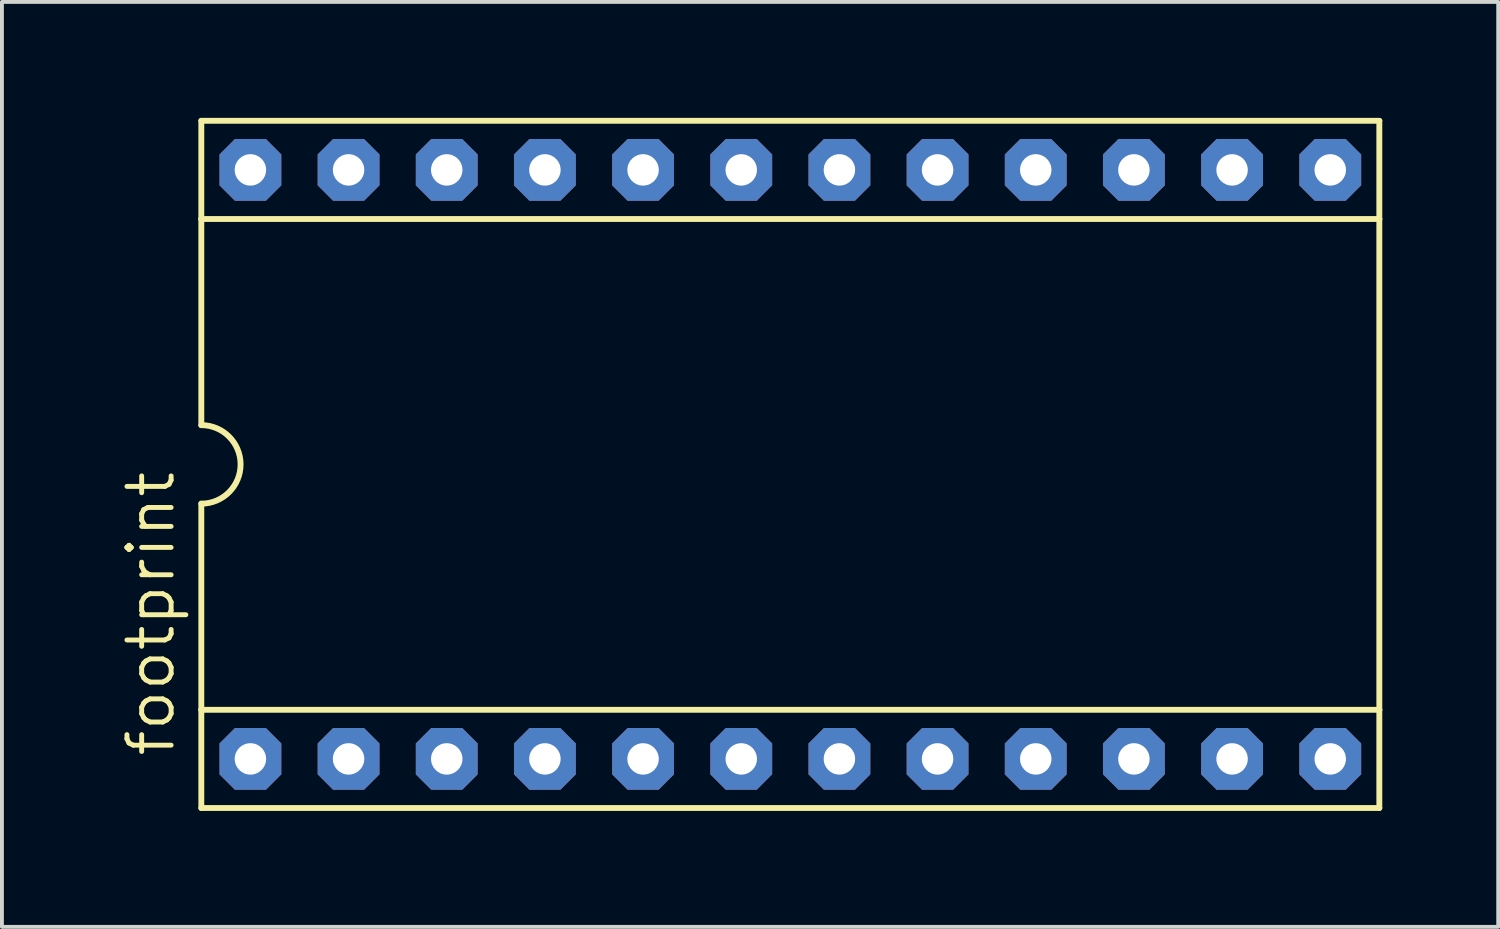
<source format=kicad_pcb>
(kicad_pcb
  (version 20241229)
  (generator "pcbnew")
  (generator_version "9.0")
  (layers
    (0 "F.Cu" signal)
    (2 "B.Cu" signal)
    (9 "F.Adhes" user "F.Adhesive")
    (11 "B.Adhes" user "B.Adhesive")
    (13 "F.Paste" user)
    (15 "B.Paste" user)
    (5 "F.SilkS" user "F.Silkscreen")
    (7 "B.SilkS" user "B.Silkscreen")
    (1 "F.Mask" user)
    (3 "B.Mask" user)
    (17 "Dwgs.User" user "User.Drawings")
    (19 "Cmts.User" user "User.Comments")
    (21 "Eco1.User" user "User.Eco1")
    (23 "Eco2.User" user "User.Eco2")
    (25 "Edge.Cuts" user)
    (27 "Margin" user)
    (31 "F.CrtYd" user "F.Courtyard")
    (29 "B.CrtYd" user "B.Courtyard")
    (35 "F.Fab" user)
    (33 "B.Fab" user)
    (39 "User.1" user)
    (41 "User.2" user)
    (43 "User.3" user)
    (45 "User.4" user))
  (footprint "footprint"
    (layer "F.Cu")
    (at 17.399 8.966)
    (property "Reference" "footprint" (at -15.875 7.62 90) (layer "F.SilkS") (effects (font (size 1.143 1.143) (thickness 0.127)) (justify left bottom)))
    (fp_line (start -15.24 -8.89) (end -15.24 -6.35) (stroke (width 0.152) (type solid)) (layer "F.SilkS"))
    (fp_line (start -15.24 -6.35) (end -15.24 -1.016) (stroke (width 0.152) (type solid)) (layer "F.SilkS"))
    (fp_line (start -15.24 6.35) (end -15.24 1.016) (stroke (width 0.152) (type solid)) (layer "F.SilkS"))
    (fp_line (start -15.24 6.35) (end 15.24 6.35) (stroke (width 0.152) (type solid)) (layer "F.SilkS"))
    (fp_line (start -15.24 8.89) (end -15.24 6.35) (stroke (width 0.152) (type solid)) (layer "F.SilkS"))
    (fp_line (start -15.24 8.89) (end 15.24 8.89) (stroke (width 0.152) (type solid)) (layer "F.SilkS"))
    (fp_line (start 15.24 -8.89) (end -15.24 -8.89) (stroke (width 0.152) (type solid)) (layer "F.SilkS"))
    (fp_line (start 15.24 -8.89) (end 15.24 -6.35) (stroke (width 0.152) (type solid)) (layer "F.SilkS"))
    (fp_line (start 15.24 -6.35) (end -15.24 -6.35) (stroke (width 0.152) (type solid)) (layer "F.SilkS"))
    (fp_line (start 15.24 -6.35) (end 15.24 6.35) (stroke (width 0.152) (type solid)) (layer "F.SilkS"))
    (fp_line (start 15.24 6.35) (end 15.24 8.89) (stroke (width 0.152) (type solid)) (layer "F.SilkS"))
    (fp_arc (start -15.24 -1.016) (mid -14.224 0) (end -15.24 1.016) (stroke (width 0.1524) (type solid)) (layer "F.SilkS"))
    (pad "1" thru_hole roundrect (at -13.97 7.62) (size 1.6 1.6) (drill 0.813) (layers "*.Cu" "*.Mask") (roundrect_rratio 0.25) (chamfer_ratio 0.25) (chamfer top_left top_right bottom_left bottom_right))
    (pad "2" thru_hole roundrect (at -11.43 7.62) (size 1.6 1.6) (drill 0.813) (layers "*.Cu" "*.Mask") (roundrect_rratio 0.25) (chamfer_ratio 0.25) (chamfer top_left top_right bottom_left bottom_right))
    (pad "3" thru_hole roundrect (at -8.89 7.62) (size 1.6 1.6) (drill 0.813) (layers "*.Cu" "*.Mask") (roundrect_rratio 0.25) (chamfer_ratio 0.25) (chamfer top_left top_right bottom_left bottom_right))
    (pad "4" thru_hole roundrect (at -6.35 7.62) (size 1.6 1.6) (drill 0.813) (layers "*.Cu" "*.Mask") (roundrect_rratio 0.25) (chamfer_ratio 0.25) (chamfer top_left top_right bottom_left bottom_right))
    (pad "5" thru_hole roundrect (at -3.81 7.62) (size 1.6 1.6) (drill 0.813) (layers "*.Cu" "*.Mask") (roundrect_rratio 0.25) (chamfer_ratio 0.25) (chamfer top_left top_right bottom_left bottom_right))
    (pad "6" thru_hole roundrect (at -1.27 7.62) (size 1.6 1.6) (drill 0.813) (layers "*.Cu" "*.Mask") (roundrect_rratio 0.25) (chamfer_ratio 0.25) (chamfer top_left top_right bottom_left bottom_right))
    (pad "7" thru_hole roundrect (at 1.27 7.62) (size 1.6 1.6) (drill 0.813) (layers "*.Cu" "*.Mask") (roundrect_rratio 0.25) (chamfer_ratio 0.25) (chamfer top_left top_right bottom_left bottom_right))
    (pad "8" thru_hole roundrect (at 3.81 7.62) (size 1.6 1.6) (drill 0.813) (layers "*.Cu" "*.Mask") (roundrect_rratio 0.25) (chamfer_ratio 0.25) (chamfer top_left top_right bottom_left bottom_right))
    (pad "9" thru_hole roundrect (at 6.35 7.62) (size 1.6 1.6) (drill 0.813) (layers "*.Cu" "*.Mask") (roundrect_rratio 0.25) (chamfer_ratio 0.25) (chamfer top_left top_right bottom_left bottom_right))
    (pad "10" thru_hole roundrect (at 8.89 7.62) (size 1.6 1.6) (drill 0.813) (layers "*.Cu" "*.Mask") (roundrect_rratio 0.25) (chamfer_ratio 0.25) (chamfer top_left top_right bottom_left bottom_right))
    (pad "11" thru_hole roundrect (at 11.43 7.62) (size 1.6 1.6) (drill 0.813) (layers "*.Cu" "*.Mask") (roundrect_rratio 0.25) (chamfer_ratio 0.25) (chamfer top_left top_right bottom_left bottom_right))
    (pad "12" thru_hole roundrect (at 13.97 7.62) (size 1.6 1.6) (drill 0.813) (layers "*.Cu" "*.Mask") (roundrect_rratio 0.25) (chamfer_ratio 0.25) (chamfer top_left top_right bottom_left bottom_right))
    (pad "13" thru_hole roundrect (at 13.97 -7.62) (size 1.6 1.6) (drill 0.813) (layers "*.Cu" "*.Mask") (roundrect_rratio 0.25) (chamfer_ratio 0.25) (chamfer top_left top_right bottom_left bottom_right))
    (pad "14" thru_hole roundrect (at 11.43 -7.62) (size 1.6 1.6) (drill 0.813) (layers "*.Cu" "*.Mask") (roundrect_rratio 0.25) (chamfer_ratio 0.25) (chamfer top_left top_right bottom_left bottom_right))
    (pad "15" thru_hole roundrect (at 8.89 -7.62) (size 1.6 1.6) (drill 0.813) (layers "*.Cu" "*.Mask") (roundrect_rratio 0.25) (chamfer_ratio 0.25) (chamfer top_left top_right bottom_left bottom_right))
    (pad "16" thru_hole roundrect (at 6.35 -7.62) (size 1.6 1.6) (drill 0.813) (layers "*.Cu" "*.Mask") (roundrect_rratio 0.25) (chamfer_ratio 0.25) (chamfer top_left top_right bottom_left bottom_right))
    (pad "17" thru_hole roundrect (at 3.81 -7.62) (size 1.6 1.6) (drill 0.813) (layers "*.Cu" "*.Mask") (roundrect_rratio 0.25) (chamfer_ratio 0.25) (chamfer top_left top_right bottom_left bottom_right))
    (pad "18" thru_hole roundrect (at 1.27 -7.62) (size 1.6 1.6) (drill 0.813) (layers "*.Cu" "*.Mask") (roundrect_rratio 0.25) (chamfer_ratio 0.25) (chamfer top_left top_right bottom_left bottom_right))
    (pad "19" thru_hole roundrect (at -1.27 -7.62) (size 1.6 1.6) (drill 0.813) (layers "*.Cu" "*.Mask") (roundrect_rratio 0.25) (chamfer_ratio 0.25) (chamfer top_left top_right bottom_left bottom_right))
    (pad "20" thru_hole roundrect (at -3.81 -7.62) (size 1.6 1.6) (drill 0.813) (layers "*.Cu" "*.Mask") (roundrect_rratio 0.25) (chamfer_ratio 0.25) (chamfer top_left top_right bottom_left bottom_right))
    (pad "21" thru_hole roundrect (at -6.35 -7.62) (size 1.6 1.6) (drill 0.813) (layers "*.Cu" "*.Mask") (roundrect_rratio 0.25) (chamfer_ratio 0.25) (chamfer top_left top_right bottom_left bottom_right))
    (pad "22" thru_hole roundrect (at -8.89 -7.62) (size 1.6 1.6) (drill 0.813) (layers "*.Cu" "*.Mask") (roundrect_rratio 0.25) (chamfer_ratio 0.25) (chamfer top_left top_right bottom_left bottom_right))
    (pad "23" thru_hole roundrect (at -11.43 -7.62) (size 1.6 1.6) (drill 0.813) (layers "*.Cu" "*.Mask") (roundrect_rratio 0.25) (chamfer_ratio 0.25) (chamfer top_left top_right bottom_left bottom_right))
    (pad "24" thru_hole roundrect (at -13.97 -7.62) (size 1.6 1.6) (drill 0.813) (layers "*.Cu" "*.Mask") (roundrect_rratio 0.25) (chamfer_ratio 0.25) (chamfer top_left top_right bottom_left bottom_right)))
  (gr_rect
    (start -3 -3)
    (end 35.715 20.932)
    (stroke (width 0.1) (type default))
    (fill no)
    (layer "Edge.Cuts")))
</source>
